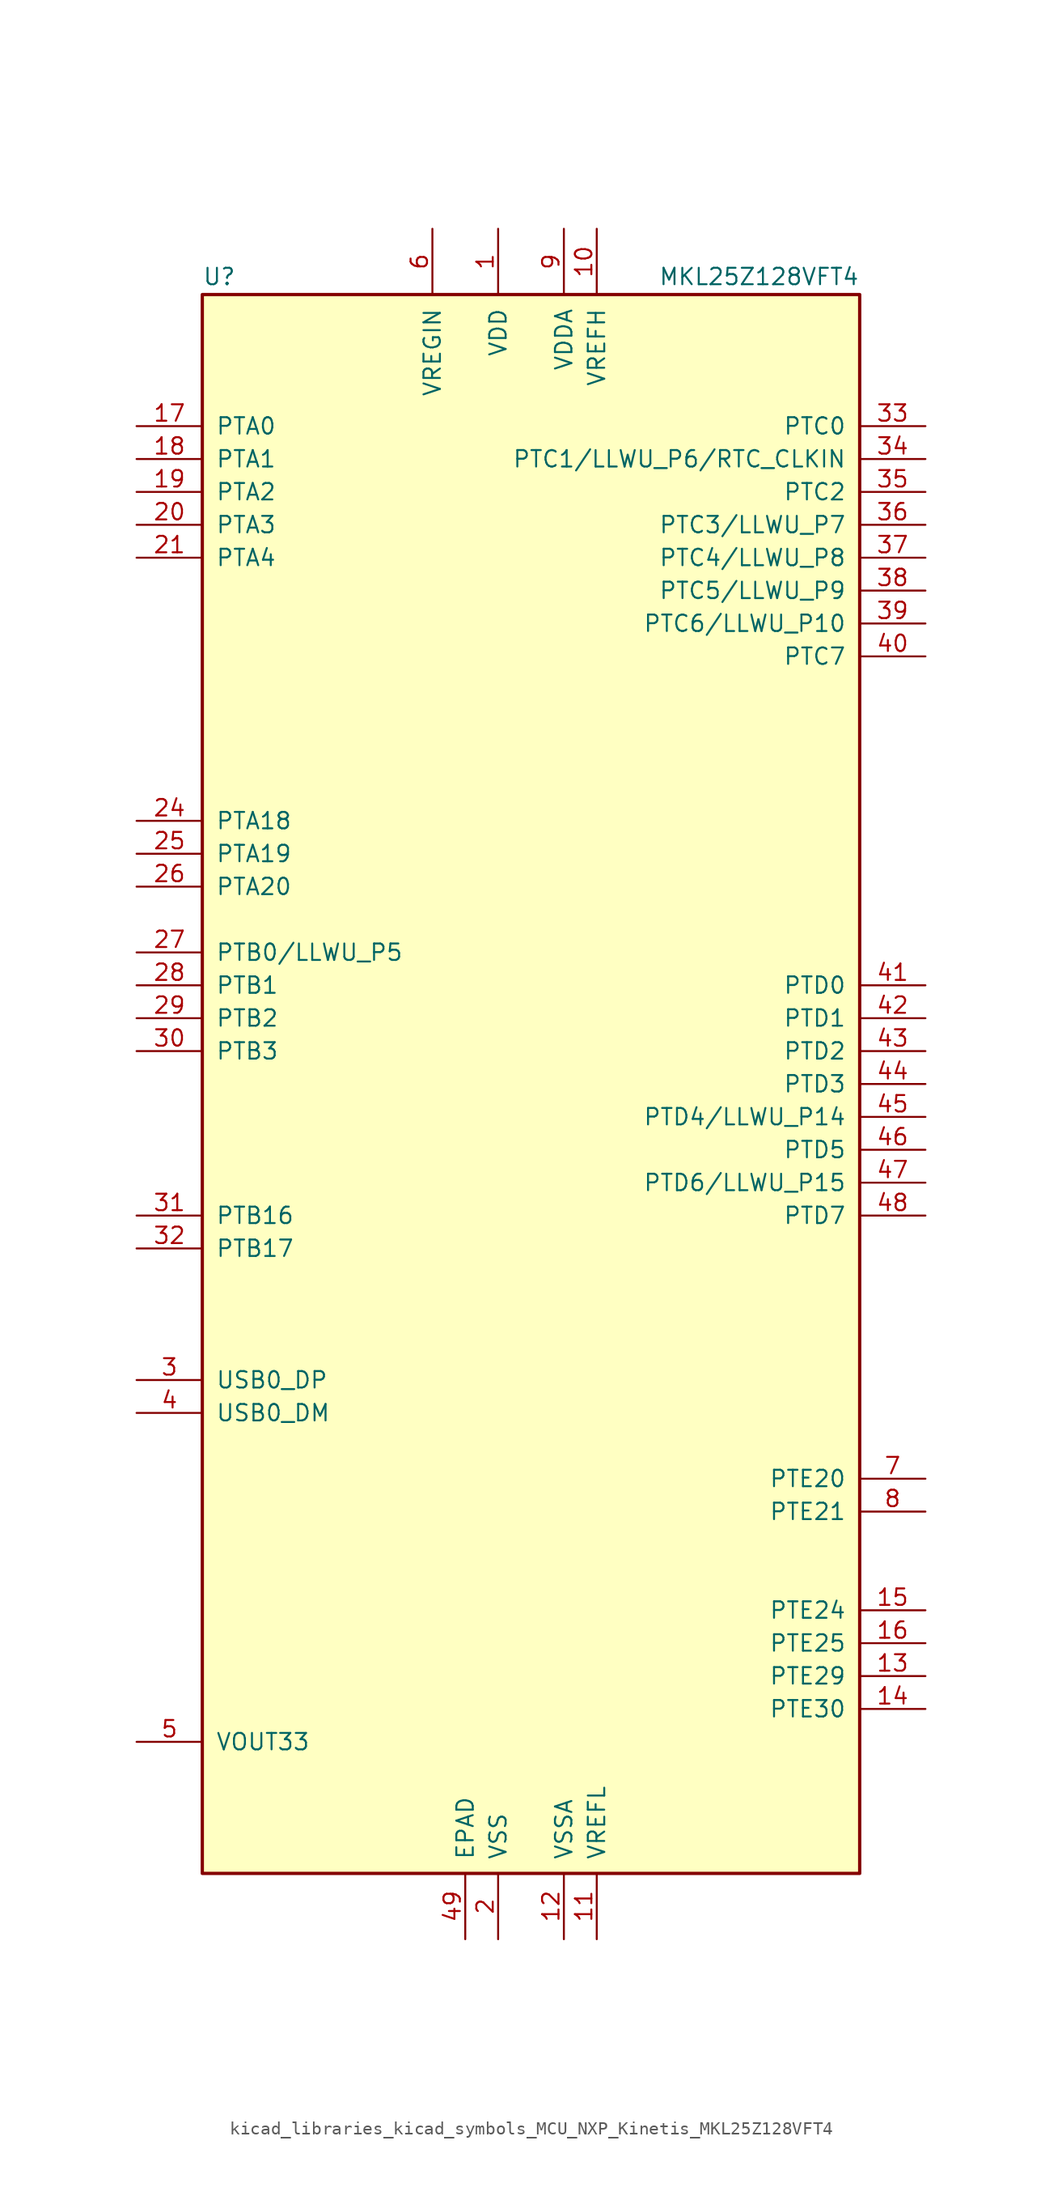
<source format=kicad_sym>
(kicad_symbol_lib
  (version 20220914)
  (generator kicad_symbol_editor)
  (symbol "kicad_libraries_kicad_symbols_MCU_NXP_Kinetis_MKL25Z128VFT4"
    (pin_names
      (offset 1.016))
    (property "Reference" "U"
      (at -25.4 61.595 0)
      (effects (font (size 1.27 1.27)) (justify left bottom)))
    (property "Value" "MKL25Z128VFT4"
      (at 25.4 61.595 0)
      (effects (font (size 1.27 1.27)) (justify right bottom)))
    (symbol "kicad_libraries_kicad_symbols_MCU_NXP_Kinetis_MKL25Z128VFT4_0_1"
      (rectangle (start -25.4 60.96) (end 25.4 -60.96) (stroke (width 0.254) (type default)) (fill (type background))))
    (symbol "kicad_libraries_kicad_symbols_MCU_NXP_Kinetis_MKL25Z128VFT4_1_1"
      (pin power_in line (at -2.54 66.04 270) (length 5.08) (name "VDD" (effects (font (size 1.27 1.27)))) (number "1" (effects (font (size 1.27 1.27)))))
      (pin power_in line (at 5.08 66.04 270) (length 5.08) (name "VREFH" (effects (font (size 1.27 1.27)))) (number "10" (effects (font (size 1.27 1.27)))))
      (pin power_in line (at 5.08 -66.04 90) (length 5.08) (name "VREFL" (effects (font (size 1.27 1.27)))) (number "11" (effects (font (size 1.27 1.27)))))
      (pin power_in line (at 2.54 -66.04 90) (length 5.08) (name "VSSA" (effects (font (size 1.27 1.27)))) (number "12" (effects (font (size 1.27 1.27)))))
      (pin bidirectional line (at 30.48 -45.72 180) (length 5.08) (name "PTE29" (effects (font (size 1.27 1.27)))) (number "13" (effects (font (size 1.27 1.27)))))
      (pin bidirectional line (at 30.48 -48.26 180) (length 5.08) (name "PTE30" (effects (font (size 1.27 1.27)))) (number "14" (effects (font (size 1.27 1.27)))))
      (pin bidirectional line (at 30.48 -40.64 180) (length 5.08) (name "PTE24" (effects (font (size 1.27 1.27)))) (number "15" (effects (font (size 1.27 1.27)))))
      (pin bidirectional line (at 30.48 -43.18 180) (length 5.08) (name "PTE25" (effects (font (size 1.27 1.27)))) (number "16" (effects (font (size 1.27 1.27)))))
      (pin bidirectional line (at -30.48 50.8 0) (length 5.08) (name "PTA0" (effects (font (size 1.27 1.27)))) (number "17" (effects (font (size 1.27 1.27)))))
      (pin bidirectional line (at -30.48 48.26 0) (length 5.08) (name "PTA1" (effects (font (size 1.27 1.27)))) (number "18" (effects (font (size 1.27 1.27)))))
      (pin bidirectional line (at -30.48 45.72 0) (length 5.08) (name "PTA2" (effects (font (size 1.27 1.27)))) (number "19" (effects (font (size 1.27 1.27)))))
      (pin power_in line (at -2.54 -66.04 90) (length 5.08) (name "VSS" (effects (font (size 1.27 1.27)))) (number "2" (effects (font (size 1.27 1.27)))))
      (pin bidirectional line (at -30.48 43.18 0) (length 5.08) (name "PTA3" (effects (font (size 1.27 1.27)))) (number "20" (effects (font (size 1.27 1.27)))))
      (pin bidirectional line (at -30.48 40.64 0) (length 5.08) (name "PTA4" (effects (font (size 1.27 1.27)))) (number "21" (effects (font (size 1.27 1.27)))))
      (pin passive line (at -2.54 66.04 270) (length 5.08) hide (name "VDD" (effects (font (size 1.27 1.27)))) (number "22" (effects (font (size 1.27 1.27)))))
      (pin passive line (at -2.54 -66.04 90) (length 5.08) hide (name "VSS" (effects (font (size 1.27 1.27)))) (number "23" (effects (font (size 1.27 1.27)))))
      (pin bidirectional line (at -30.48 20.32 0) (length 5.08) (name "PTA18" (effects (font (size 1.27 1.27)))) (number "24" (effects (font (size 1.27 1.27)))))
      (pin bidirectional line (at -30.48 17.78 0) (length 5.08) (name "PTA19" (effects (font (size 1.27 1.27)))) (number "25" (effects (font (size 1.27 1.27)))))
      (pin bidirectional line (at -30.48 15.24 0) (length 5.08) (name "PTA20" (effects (font (size 1.27 1.27)))) (number "26" (effects (font (size 1.27 1.27)))))
      (pin bidirectional line (at -30.48 10.16 0) (length 5.08) (name "PTB0/LLWU_P5" (effects (font (size 1.27 1.27)))) (number "27" (effects (font (size 1.27 1.27)))))
      (pin bidirectional line (at -30.48 7.62 0) (length 5.08) (name "PTB1" (effects (font (size 1.27 1.27)))) (number "28" (effects (font (size 1.27 1.27)))))
      (pin bidirectional line (at -30.48 5.08 0) (length 5.08) (name "PTB2" (effects (font (size 1.27 1.27)))) (number "29" (effects (font (size 1.27 1.27)))))
      (pin bidirectional line (at -30.48 -22.86 0) (length 5.08) (name "USB0_DP" (effects (font (size 1.27 1.27)))) (number "3" (effects (font (size 1.27 1.27)))))
      (pin bidirectional line (at -30.48 2.54 0) (length 5.08) (name "PTB3" (effects (font (size 1.27 1.27)))) (number "30" (effects (font (size 1.27 1.27)))))
      (pin bidirectional line (at -30.48 -10.16 0) (length 5.08) (name "PTB16" (effects (font (size 1.27 1.27)))) (number "31" (effects (font (size 1.27 1.27)))))
      (pin bidirectional line (at -30.48 -12.7 0) (length 5.08) (name "PTB17" (effects (font (size 1.27 1.27)))) (number "32" (effects (font (size 1.27 1.27)))))
      (pin bidirectional line (at 30.48 50.8 180) (length 5.08) (name "PTC0" (effects (font (size 1.27 1.27)))) (number "33" (effects (font (size 1.27 1.27)))))
      (pin bidirectional line (at 30.48 48.26 180) (length 5.08) (name "PTC1/LLWU_P6/RTC_CLKIN" (effects (font (size 1.27 1.27)))) (number "34" (effects (font (size 1.27 1.27)))))
      (pin bidirectional line (at 30.48 45.72 180) (length 5.08) (name "PTC2" (effects (font (size 1.27 1.27)))) (number "35" (effects (font (size 1.27 1.27)))))
      (pin bidirectional line (at 30.48 43.18 180) (length 5.08) (name "PTC3/LLWU_P7" (effects (font (size 1.27 1.27)))) (number "36" (effects (font (size 1.27 1.27)))))
      (pin bidirectional line (at 30.48 40.64 180) (length 5.08) (name "PTC4/LLWU_P8" (effects (font (size 1.27 1.27)))) (number "37" (effects (font (size 1.27 1.27)))))
      (pin bidirectional line (at 30.48 38.1 180) (length 5.08) (name "PTC5/LLWU_P9" (effects (font (size 1.27 1.27)))) (number "38" (effects (font (size 1.27 1.27)))))
      (pin bidirectional line (at 30.48 35.56 180) (length 5.08) (name "PTC6/LLWU_P10" (effects (font (size 1.27 1.27)))) (number "39" (effects (font (size 1.27 1.27)))))
      (pin bidirectional line (at -30.48 -25.4 0) (length 5.08) (name "USB0_DM" (effects (font (size 1.27 1.27)))) (number "4" (effects (font (size 1.27 1.27)))))
      (pin bidirectional line (at 30.48 33.02 180) (length 5.08) (name "PTC7" (effects (font (size 1.27 1.27)))) (number "40" (effects (font (size 1.27 1.27)))))
      (pin bidirectional line (at 30.48 7.62 180) (length 5.08) (name "PTD0" (effects (font (size 1.27 1.27)))) (number "41" (effects (font (size 1.27 1.27)))))
      (pin bidirectional line (at 30.48 5.08 180) (length 5.08) (name "PTD1" (effects (font (size 1.27 1.27)))) (number "42" (effects (font (size 1.27 1.27)))))
      (pin bidirectional line (at 30.48 2.54 180) (length 5.08) (name "PTD2" (effects (font (size 1.27 1.27)))) (number "43" (effects (font (size 1.27 1.27)))))
      (pin bidirectional line (at 30.48 0 180) (length 5.08) (name "PTD3" (effects (font (size 1.27 1.27)))) (number "44" (effects (font (size 1.27 1.27)))))
      (pin bidirectional line (at 30.48 -2.54 180) (length 5.08) (name "PTD4/LLWU_P14" (effects (font (size 1.27 1.27)))) (number "45" (effects (font (size 1.27 1.27)))))
      (pin bidirectional line (at 30.48 -5.08 180) (length 5.08) (name "PTD5" (effects (font (size 1.27 1.27)))) (number "46" (effects (font (size 1.27 1.27)))))
      (pin bidirectional line (at 30.48 -7.62 180) (length 5.08) (name "PTD6/LLWU_P15" (effects (font (size 1.27 1.27)))) (number "47" (effects (font (size 1.27 1.27)))))
      (pin bidirectional line (at 30.48 -10.16 180) (length 5.08) (name "PTD7" (effects (font (size 1.27 1.27)))) (number "48" (effects (font (size 1.27 1.27)))))
      (pin power_in line (at -5.08 -66.04 90) (length 5.08) (name "EPAD" (effects (font (size 1.27 1.27)))) (number "49" (effects (font (size 1.27 1.27)))))
      (pin power_out line (at -30.48 -50.8 0) (length 5.08) (name "VOUT33" (effects (font (size 1.27 1.27)))) (number "5" (effects (font (size 1.27 1.27)))))
      (pin power_in line (at -7.62 66.04 270) (length 5.08) (name "VREGIN" (effects (font (size 1.27 1.27)))) (number "6" (effects (font (size 1.27 1.27)))))
      (pin bidirectional line (at 30.48 -30.48 180) (length 5.08) (name "PTE20" (effects (font (size 1.27 1.27)))) (number "7" (effects (font (size 1.27 1.27)))))
      (pin bidirectional line (at 30.48 -33.02 180) (length 5.08) (name "PTE21" (effects (font (size 1.27 1.27)))) (number "8" (effects (font (size 1.27 1.27)))))
      (pin power_in line (at 2.54 66.04 270) (length 5.08) (name "VDDA" (effects (font (size 1.27 1.27)))) (number "9" (effects (font (size 1.27 1.27))))))))
</source>
